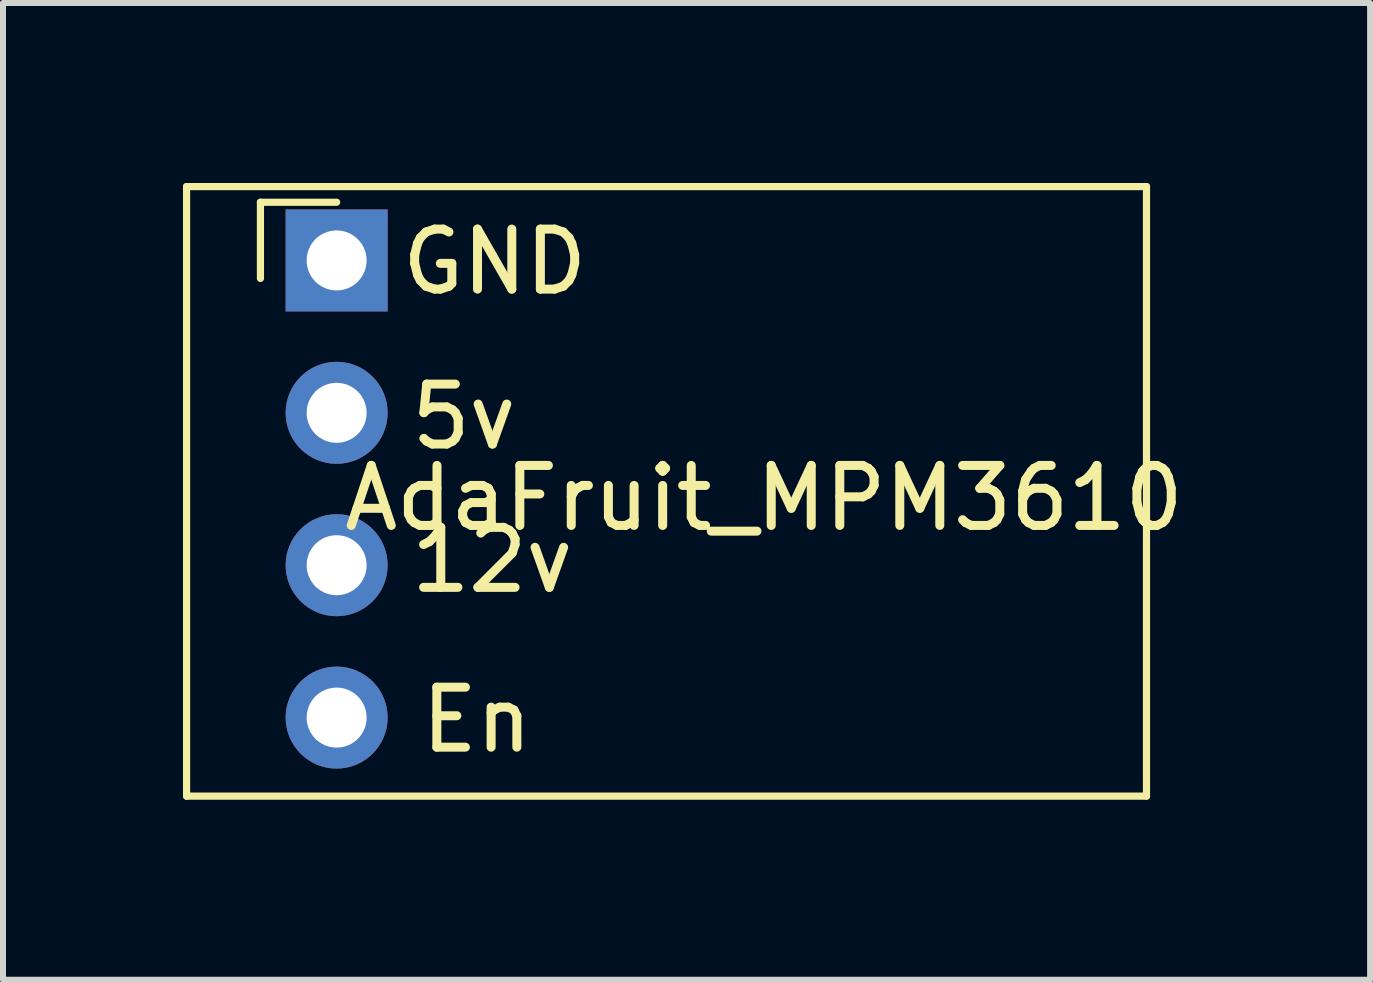
<source format=kicad_pcb>
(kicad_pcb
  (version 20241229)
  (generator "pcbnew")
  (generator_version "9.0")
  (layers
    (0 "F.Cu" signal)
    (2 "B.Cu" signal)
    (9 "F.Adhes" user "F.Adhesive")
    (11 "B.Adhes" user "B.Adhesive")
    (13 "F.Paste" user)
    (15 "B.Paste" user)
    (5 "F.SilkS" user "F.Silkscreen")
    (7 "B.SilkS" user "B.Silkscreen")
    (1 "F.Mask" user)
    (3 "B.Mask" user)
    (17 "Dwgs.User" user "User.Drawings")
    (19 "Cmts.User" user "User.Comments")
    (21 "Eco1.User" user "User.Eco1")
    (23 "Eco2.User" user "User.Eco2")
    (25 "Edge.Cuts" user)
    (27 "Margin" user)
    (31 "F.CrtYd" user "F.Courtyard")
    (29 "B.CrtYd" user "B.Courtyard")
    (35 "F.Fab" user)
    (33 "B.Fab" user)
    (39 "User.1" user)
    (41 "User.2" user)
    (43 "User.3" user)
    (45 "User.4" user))
  (footprint "AdaFruit_MPM3610"
    (layer "F.Cu")
    (at 2.561 1.291)
    (property "Reference" "AdaFruit_MPM3610" (at 7.125 3.962 180) (layer "F.SilkS") (effects (font (size 1 1) (thickness 0.15))))
    (attr through_hole)
    (fp_line (start -2.501 -1.231) (end -2.501 8.929) (stroke (width 0.12) (type solid)) (layer "F.SilkS"))
    (fp_line (start -2.501 -1.231) (end 13.499 -1.231) (stroke (width 0.12) (type solid)) (layer "F.SilkS"))
    (fp_line (start -2.501 8.929) (end 13.499 8.929) (stroke (width 0.12) (type solid)) (layer "F.SilkS"))
    (fp_line (start -1.27 -0.97) (end 0 -0.97) (stroke (width 0.12) (type solid)) (layer "F.SilkS"))
    (fp_line (start -1.27 0.3) (end -1.27 -0.97) (stroke (width 0.12) (type solid)) (layer "F.SilkS"))
    (fp_line (start 13.499 -1.231) (end 13.499 8.929) (stroke (width 0.12) (type solid)) (layer "F.SilkS"))
    (fp_line (start -0.32 -0.32) (end -0.32 0.32) (stroke (width 0.1) (type solid)) (layer "F.Fab"))
    (fp_line (start -0.32 2.22) (end -0.32 2.86) (stroke (width 0.1) (type solid)) (layer "F.Fab"))
    (fp_line (start -0.32 4.76) (end -0.32 5.4) (stroke (width 0.1) (type solid)) (layer "F.Fab"))
    (fp_line (start -0.32 7.3) (end -0.32 7.94) (stroke (width 0.1) (type solid)) (layer "F.Fab"))
    (fp_text user "GND" (at 2.634 0.023 0) (layer "F.SilkS") (effects (font (size 1 1) (thickness 0.15))))
    (fp_text user "5v" (at 2.121 2.606 0) (layer "F.SilkS") (effects (font (size 1 1) (thickness 0.15))))
    (fp_text user "12v" (at 2.593 4.994 0) (layer "F.SilkS") (effects (font (size 1 1) (thickness 0.15))))
    (fp_text user "En" (at 2.337 7.658 0) (layer "F.SilkS") (effects (font (size 1 1) (thickness 0.15))))
    (pad "1" thru_hole rect (at 0 0) (size 1.7 1.7) (drill 1) (layers "*.Cu" "*.Mask"))
    (pad "2" thru_hole oval (at 0 2.54) (size 1.7 1.7) (drill 1) (layers "*.Cu" "*.Mask"))
    (pad "3" thru_hole oval (at 0 5.08) (size 1.7 1.7) (drill 1) (layers "*.Cu" "*.Mask"))
    (pad "4" thru_hole oval (at 0 7.62) (size 1.7 1.7) (drill 1) (layers "*.Cu" "*.Mask")))
  (gr_rect
    (start -3 -3)
    (end 19.787 13.28)
    (stroke (width 0.1) (type default))
    (fill no)
    (layer "Edge.Cuts")))
</source>
